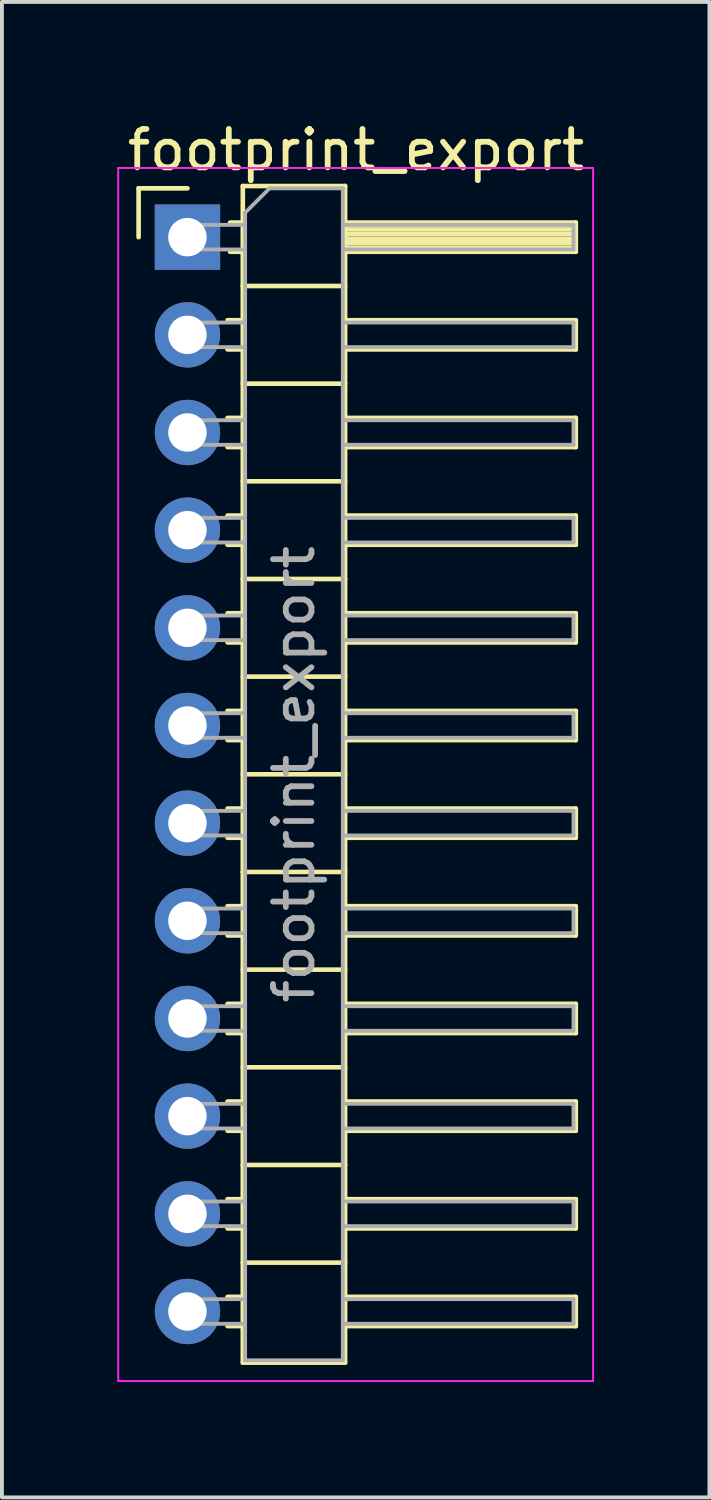
<source format=kicad_pcb>
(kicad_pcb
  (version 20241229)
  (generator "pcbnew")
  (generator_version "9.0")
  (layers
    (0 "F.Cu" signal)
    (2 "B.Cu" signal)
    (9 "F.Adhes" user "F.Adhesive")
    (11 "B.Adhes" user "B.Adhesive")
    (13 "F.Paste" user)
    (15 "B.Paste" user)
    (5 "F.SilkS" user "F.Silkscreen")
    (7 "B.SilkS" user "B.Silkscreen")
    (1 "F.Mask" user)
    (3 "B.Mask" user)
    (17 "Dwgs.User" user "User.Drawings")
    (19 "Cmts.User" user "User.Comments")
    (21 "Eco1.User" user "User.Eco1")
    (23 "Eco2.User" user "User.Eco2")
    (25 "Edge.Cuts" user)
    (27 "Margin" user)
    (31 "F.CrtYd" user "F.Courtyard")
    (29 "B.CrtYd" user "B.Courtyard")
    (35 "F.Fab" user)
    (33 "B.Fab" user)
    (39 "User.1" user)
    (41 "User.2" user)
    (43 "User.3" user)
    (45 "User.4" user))
  (footprint "footprint_export"
    (layer "F.Cu")
    (at 1.825 3.118)
    (property "Reference" "footprint_export" (at 4.385 -2.27 0) (layer "F.SilkS") (effects (font (size 1 1) (thickness 0.15))))
    (attr through_hole)
    (fp_line (start -1.27 -1.27) (end 0 -1.27) (stroke (width 0.12) (type solid)) (layer "F.SilkS"))
    (fp_line (start -1.27 0) (end -1.27 -1.27) (stroke (width 0.12) (type solid)) (layer "F.SilkS"))
    (fp_line (start 1.043 2.16) (end 1.44 2.16) (stroke (width 0.12) (type solid)) (layer "F.SilkS"))
    (fp_line (start 1.043 2.92) (end 1.44 2.92) (stroke (width 0.12) (type solid)) (layer "F.SilkS"))
    (fp_line (start 1.043 4.7) (end 1.44 4.7) (stroke (width 0.12) (type solid)) (layer "F.SilkS"))
    (fp_line (start 1.043 5.46) (end 1.44 5.46) (stroke (width 0.12) (type solid)) (layer "F.SilkS"))
    (fp_line (start 1.043 7.24) (end 1.44 7.24) (stroke (width 0.12) (type solid)) (layer "F.SilkS"))
    (fp_line (start 1.043 8) (end 1.44 8) (stroke (width 0.12) (type solid)) (layer "F.SilkS"))
    (fp_line (start 1.043 9.78) (end 1.44 9.78) (stroke (width 0.12) (type solid)) (layer "F.SilkS"))
    (fp_line (start 1.043 10.54) (end 1.44 10.54) (stroke (width 0.12) (type solid)) (layer "F.SilkS"))
    (fp_line (start 1.043 12.32) (end 1.44 12.32) (stroke (width 0.12) (type solid)) (layer "F.SilkS"))
    (fp_line (start 1.043 13.08) (end 1.44 13.08) (stroke (width 0.12) (type solid)) (layer "F.SilkS"))
    (fp_line (start 1.043 14.86) (end 1.44 14.86) (stroke (width 0.12) (type solid)) (layer "F.SilkS"))
    (fp_line (start 1.043 15.62) (end 1.44 15.62) (stroke (width 0.12) (type solid)) (layer "F.SilkS"))
    (fp_line (start 1.043 17.4) (end 1.44 17.4) (stroke (width 0.12) (type solid)) (layer "F.SilkS"))
    (fp_line (start 1.043 18.16) (end 1.44 18.16) (stroke (width 0.12) (type solid)) (layer "F.SilkS"))
    (fp_line (start 1.043 19.94) (end 1.44 19.94) (stroke (width 0.12) (type solid)) (layer "F.SilkS"))
    (fp_line (start 1.043 20.7) (end 1.44 20.7) (stroke (width 0.12) (type solid)) (layer "F.SilkS"))
    (fp_line (start 1.043 22.48) (end 1.44 22.48) (stroke (width 0.12) (type solid)) (layer "F.SilkS"))
    (fp_line (start 1.043 23.24) (end 1.44 23.24) (stroke (width 0.12) (type solid)) (layer "F.SilkS"))
    (fp_line (start 1.043 25.02) (end 1.44 25.02) (stroke (width 0.12) (type solid)) (layer "F.SilkS"))
    (fp_line (start 1.043 25.78) (end 1.44 25.78) (stroke (width 0.12) (type solid)) (layer "F.SilkS"))
    (fp_line (start 1.043 27.56) (end 1.44 27.56) (stroke (width 0.12) (type solid)) (layer "F.SilkS"))
    (fp_line (start 1.043 28.32) (end 1.44 28.32) (stroke (width 0.12) (type solid)) (layer "F.SilkS"))
    (fp_line (start 1.11 -0.38) (end 1.44 -0.38) (stroke (width 0.12) (type solid)) (layer "F.SilkS"))
    (fp_line (start 1.11 0.38) (end 1.44 0.38) (stroke (width 0.12) (type solid)) (layer "F.SilkS"))
    (fp_line (start 1.44 -1.33) (end 1.44 29.27) (stroke (width 0.12) (type solid)) (layer "F.SilkS"))
    (fp_line (start 1.44 1.27) (end 4.1 1.27) (stroke (width 0.12) (type solid)) (layer "F.SilkS"))
    (fp_line (start 1.44 3.81) (end 4.1 3.81) (stroke (width 0.12) (type solid)) (layer "F.SilkS"))
    (fp_line (start 1.44 6.35) (end 4.1 6.35) (stroke (width 0.12) (type solid)) (layer "F.SilkS"))
    (fp_line (start 1.44 8.89) (end 4.1 8.89) (stroke (width 0.12) (type solid)) (layer "F.SilkS"))
    (fp_line (start 1.44 11.43) (end 4.1 11.43) (stroke (width 0.12) (type solid)) (layer "F.SilkS"))
    (fp_line (start 1.44 13.97) (end 4.1 13.97) (stroke (width 0.12) (type solid)) (layer "F.SilkS"))
    (fp_line (start 1.44 16.51) (end 4.1 16.51) (stroke (width 0.12) (type solid)) (layer "F.SilkS"))
    (fp_line (start 1.44 19.05) (end 4.1 19.05) (stroke (width 0.12) (type solid)) (layer "F.SilkS"))
    (fp_line (start 1.44 21.59) (end 4.1 21.59) (stroke (width 0.12) (type solid)) (layer "F.SilkS"))
    (fp_line (start 1.44 24.13) (end 4.1 24.13) (stroke (width 0.12) (type solid)) (layer "F.SilkS"))
    (fp_line (start 1.44 26.67) (end 4.1 26.67) (stroke (width 0.12) (type solid)) (layer "F.SilkS"))
    (fp_line (start 1.44 29.27) (end 4.1 29.27) (stroke (width 0.12) (type solid)) (layer "F.SilkS"))
    (fp_line (start 4.1 -1.33) (end 1.44 -1.33) (stroke (width 0.12) (type solid)) (layer "F.SilkS"))
    (fp_line (start 4.1 -0.38) (end 10.1 -0.38) (stroke (width 0.12) (type solid)) (layer "F.SilkS"))
    (fp_line (start 4.1 -0.32) (end 10.1 -0.32) (stroke (width 0.12) (type solid)) (layer "F.SilkS"))
    (fp_line (start 4.1 -0.2) (end 10.1 -0.2) (stroke (width 0.12) (type solid)) (layer "F.SilkS"))
    (fp_line (start 4.1 -0.08) (end 10.1 -0.08) (stroke (width 0.12) (type solid)) (layer "F.SilkS"))
    (fp_line (start 4.1 0.04) (end 10.1 0.04) (stroke (width 0.12) (type solid)) (layer "F.SilkS"))
    (fp_line (start 4.1 0.16) (end 10.1 0.16) (stroke (width 0.12) (type solid)) (layer "F.SilkS"))
    (fp_line (start 4.1 0.28) (end 10.1 0.28) (stroke (width 0.12) (type solid)) (layer "F.SilkS"))
    (fp_line (start 4.1 2.16) (end 10.1 2.16) (stroke (width 0.12) (type solid)) (layer "F.SilkS"))
    (fp_line (start 4.1 4.7) (end 10.1 4.7) (stroke (width 0.12) (type solid)) (layer "F.SilkS"))
    (fp_line (start 4.1 7.24) (end 10.1 7.24) (stroke (width 0.12) (type solid)) (layer "F.SilkS"))
    (fp_line (start 4.1 9.78) (end 10.1 9.78) (stroke (width 0.12) (type solid)) (layer "F.SilkS"))
    (fp_line (start 4.1 12.32) (end 10.1 12.32) (stroke (width 0.12) (type solid)) (layer "F.SilkS"))
    (fp_line (start 4.1 14.86) (end 10.1 14.86) (stroke (width 0.12) (type solid)) (layer "F.SilkS"))
    (fp_line (start 4.1 17.4) (end 10.1 17.4) (stroke (width 0.12) (type solid)) (layer "F.SilkS"))
    (fp_line (start 4.1 19.94) (end 10.1 19.94) (stroke (width 0.12) (type solid)) (layer "F.SilkS"))
    (fp_line (start 4.1 22.48) (end 10.1 22.48) (stroke (width 0.12) (type solid)) (layer "F.SilkS"))
    (fp_line (start 4.1 25.02) (end 10.1 25.02) (stroke (width 0.12) (type solid)) (layer "F.SilkS"))
    (fp_line (start 4.1 27.56) (end 10.1 27.56) (stroke (width 0.12) (type solid)) (layer "F.SilkS"))
    (fp_line (start 4.1 29.27) (end 4.1 -1.33) (stroke (width 0.12) (type solid)) (layer "F.SilkS"))
    (fp_line (start 10.1 -0.38) (end 10.1 0.38) (stroke (width 0.12) (type solid)) (layer "F.SilkS"))
    (fp_line (start 10.1 0.38) (end 4.1 0.38) (stroke (width 0.12) (type solid)) (layer "F.SilkS"))
    (fp_line (start 10.1 2.16) (end 10.1 2.92) (stroke (width 0.12) (type solid)) (layer "F.SilkS"))
    (fp_line (start 10.1 2.92) (end 4.1 2.92) (stroke (width 0.12) (type solid)) (layer "F.SilkS"))
    (fp_line (start 10.1 4.7) (end 10.1 5.46) (stroke (width 0.12) (type solid)) (layer "F.SilkS"))
    (fp_line (start 10.1 5.46) (end 4.1 5.46) (stroke (width 0.12) (type solid)) (layer "F.SilkS"))
    (fp_line (start 10.1 7.24) (end 10.1 8) (stroke (width 0.12) (type solid)) (layer "F.SilkS"))
    (fp_line (start 10.1 8) (end 4.1 8) (stroke (width 0.12) (type solid)) (layer "F.SilkS"))
    (fp_line (start 10.1 9.78) (end 10.1 10.54) (stroke (width 0.12) (type solid)) (layer "F.SilkS"))
    (fp_line (start 10.1 10.54) (end 4.1 10.54) (stroke (width 0.12) (type solid)) (layer "F.SilkS"))
    (fp_line (start 10.1 12.32) (end 10.1 13.08) (stroke (width 0.12) (type solid)) (layer "F.SilkS"))
    (fp_line (start 10.1 13.08) (end 4.1 13.08) (stroke (width 0.12) (type solid)) (layer "F.SilkS"))
    (fp_line (start 10.1 14.86) (end 10.1 15.62) (stroke (width 0.12) (type solid)) (layer "F.SilkS"))
    (fp_line (start 10.1 15.62) (end 4.1 15.62) (stroke (width 0.12) (type solid)) (layer "F.SilkS"))
    (fp_line (start 10.1 17.4) (end 10.1 18.16) (stroke (width 0.12) (type solid)) (layer "F.SilkS"))
    (fp_line (start 10.1 18.16) (end 4.1 18.16) (stroke (width 0.12) (type solid)) (layer "F.SilkS"))
    (fp_line (start 10.1 19.94) (end 10.1 20.7) (stroke (width 0.12) (type solid)) (layer "F.SilkS"))
    (fp_line (start 10.1 20.7) (end 4.1 20.7) (stroke (width 0.12) (type solid)) (layer "F.SilkS"))
    (fp_line (start 10.1 22.48) (end 10.1 23.24) (stroke (width 0.12) (type solid)) (layer "F.SilkS"))
    (fp_line (start 10.1 23.24) (end 4.1 23.24) (stroke (width 0.12) (type solid)) (layer "F.SilkS"))
    (fp_line (start 10.1 25.02) (end 10.1 25.78) (stroke (width 0.12) (type solid)) (layer "F.SilkS"))
    (fp_line (start 10.1 25.78) (end 4.1 25.78) (stroke (width 0.12) (type solid)) (layer "F.SilkS"))
    (fp_line (start 10.1 27.56) (end 10.1 28.32) (stroke (width 0.12) (type solid)) (layer "F.SilkS"))
    (fp_line (start 10.1 28.32) (end 4.1 28.32) (stroke (width 0.12) (type solid)) (layer "F.SilkS"))
    (fp_line (start -1.8 -1.8) (end -1.8 29.75) (stroke (width 0.05) (type solid)) (layer "F.CrtYd"))
    (fp_line (start -1.8 29.75) (end 10.55 29.75) (stroke (width 0.05) (type solid)) (layer "F.CrtYd"))
    (fp_line (start 10.55 -1.8) (end -1.8 -1.8) (stroke (width 0.05) (type solid)) (layer "F.CrtYd"))
    (fp_line (start 10.55 29.75) (end 10.55 -1.8) (stroke (width 0.05) (type solid)) (layer "F.CrtYd"))
    (fp_line (start -0.32 -0.32) (end -0.32 0.32) (stroke (width 0.1) (type solid)) (layer "F.Fab"))
    (fp_line (start -0.32 -0.32) (end 1.5 -0.32) (stroke (width 0.1) (type solid)) (layer "F.Fab"))
    (fp_line (start -0.32 0.32) (end 1.5 0.32) (stroke (width 0.1) (type solid)) (layer "F.Fab"))
    (fp_line (start -0.32 2.22) (end -0.32 2.86) (stroke (width 0.1) (type solid)) (layer "F.Fab"))
    (fp_line (start -0.32 2.22) (end 1.5 2.22) (stroke (width 0.1) (type solid)) (layer "F.Fab"))
    (fp_line (start -0.32 2.86) (end 1.5 2.86) (stroke (width 0.1) (type solid)) (layer "F.Fab"))
    (fp_line (start -0.32 4.76) (end -0.32 5.4) (stroke (width 0.1) (type solid)) (layer "F.Fab"))
    (fp_line (start -0.32 4.76) (end 1.5 4.76) (stroke (width 0.1) (type solid)) (layer "F.Fab"))
    (fp_line (start -0.32 5.4) (end 1.5 5.4) (stroke (width 0.1) (type solid)) (layer "F.Fab"))
    (fp_line (start -0.32 7.3) (end -0.32 7.94) (stroke (width 0.1) (type solid)) (layer "F.Fab"))
    (fp_line (start -0.32 7.3) (end 1.5 7.3) (stroke (width 0.1) (type solid)) (layer "F.Fab"))
    (fp_line (start -0.32 7.94) (end 1.5 7.94) (stroke (width 0.1) (type solid)) (layer "F.Fab"))
    (fp_line (start -0.32 9.84) (end -0.32 10.48) (stroke (width 0.1) (type solid)) (layer "F.Fab"))
    (fp_line (start -0.32 9.84) (end 1.5 9.84) (stroke (width 0.1) (type solid)) (layer "F.Fab"))
    (fp_line (start -0.32 10.48) (end 1.5 10.48) (stroke (width 0.1) (type solid)) (layer "F.Fab"))
    (fp_line (start -0.32 12.38) (end -0.32 13.02) (stroke (width 0.1) (type solid)) (layer "F.Fab"))
    (fp_line (start -0.32 12.38) (end 1.5 12.38) (stroke (width 0.1) (type solid)) (layer "F.Fab"))
    (fp_line (start -0.32 13.02) (end 1.5 13.02) (stroke (width 0.1) (type solid)) (layer "F.Fab"))
    (fp_line (start -0.32 14.92) (end -0.32 15.56) (stroke (width 0.1) (type solid)) (layer "F.Fab"))
    (fp_line (start -0.32 14.92) (end 1.5 14.92) (stroke (width 0.1) (type solid)) (layer "F.Fab"))
    (fp_line (start -0.32 15.56) (end 1.5 15.56) (stroke (width 0.1) (type solid)) (layer "F.Fab"))
    (fp_line (start -0.32 17.46) (end -0.32 18.1) (stroke (width 0.1) (type solid)) (layer "F.Fab"))
    (fp_line (start -0.32 17.46) (end 1.5 17.46) (stroke (width 0.1) (type solid)) (layer "F.Fab"))
    (fp_line (start -0.32 18.1) (end 1.5 18.1) (stroke (width 0.1) (type solid)) (layer "F.Fab"))
    (fp_line (start -0.32 20) (end -0.32 20.64) (stroke (width 0.1) (type solid)) (layer "F.Fab"))
    (fp_line (start -0.32 20) (end 1.5 20) (stroke (width 0.1) (type solid)) (layer "F.Fab"))
    (fp_line (start -0.32 20.64) (end 1.5 20.64) (stroke (width 0.1) (type solid)) (layer "F.Fab"))
    (fp_line (start -0.32 22.54) (end -0.32 23.18) (stroke (width 0.1) (type solid)) (layer "F.Fab"))
    (fp_line (start -0.32 22.54) (end 1.5 22.54) (stroke (width 0.1) (type solid)) (layer "F.Fab"))
    (fp_line (start -0.32 23.18) (end 1.5 23.18) (stroke (width 0.1) (type solid)) (layer "F.Fab"))
    (fp_line (start -0.32 25.08) (end -0.32 25.72) (stroke (width 0.1) (type solid)) (layer "F.Fab"))
    (fp_line (start -0.32 25.08) (end 1.5 25.08) (stroke (width 0.1) (type solid)) (layer "F.Fab"))
    (fp_line (start -0.32 25.72) (end 1.5 25.72) (stroke (width 0.1) (type solid)) (layer "F.Fab"))
    (fp_line (start -0.32 27.62) (end -0.32 28.26) (stroke (width 0.1) (type solid)) (layer "F.Fab"))
    (fp_line (start -0.32 27.62) (end 1.5 27.62) (stroke (width 0.1) (type solid)) (layer "F.Fab"))
    (fp_line (start -0.32 28.26) (end 1.5 28.26) (stroke (width 0.1) (type solid)) (layer "F.Fab"))
    (fp_line (start 1.5 -0.635) (end 2.135 -1.27) (stroke (width 0.1) (type solid)) (layer "F.Fab"))
    (fp_line (start 1.5 29.21) (end 1.5 -0.635) (stroke (width 0.1) (type solid)) (layer "F.Fab"))
    (fp_line (start 2.135 -1.27) (end 4.04 -1.27) (stroke (width 0.1) (type solid)) (layer "F.Fab"))
    (fp_line (start 4.04 -1.27) (end 4.04 29.21) (stroke (width 0.1) (type solid)) (layer "F.Fab"))
    (fp_line (start 4.04 -0.32) (end 10.04 -0.32) (stroke (width 0.1) (type solid)) (layer "F.Fab"))
    (fp_line (start 4.04 0.32) (end 10.04 0.32) (stroke (width 0.1) (type solid)) (layer "F.Fab"))
    (fp_line (start 4.04 2.22) (end 10.04 2.22) (stroke (width 0.1) (type solid)) (layer "F.Fab"))
    (fp_line (start 4.04 2.86) (end 10.04 2.86) (stroke (width 0.1) (type solid)) (layer "F.Fab"))
    (fp_line (start 4.04 4.76) (end 10.04 4.76) (stroke (width 0.1) (type solid)) (layer "F.Fab"))
    (fp_line (start 4.04 5.4) (end 10.04 5.4) (stroke (width 0.1) (type solid)) (layer "F.Fab"))
    (fp_line (start 4.04 7.3) (end 10.04 7.3) (stroke (width 0.1) (type solid)) (layer "F.Fab"))
    (fp_line (start 4.04 7.94) (end 10.04 7.94) (stroke (width 0.1) (type solid)) (layer "F.Fab"))
    (fp_line (start 4.04 9.84) (end 10.04 9.84) (stroke (width 0.1) (type solid)) (layer "F.Fab"))
    (fp_line (start 4.04 10.48) (end 10.04 10.48) (stroke (width 0.1) (type solid)) (layer "F.Fab"))
    (fp_line (start 4.04 12.38) (end 10.04 12.38) (stroke (width 0.1) (type solid)) (layer "F.Fab"))
    (fp_line (start 4.04 13.02) (end 10.04 13.02) (stroke (width 0.1) (type solid)) (layer "F.Fab"))
    (fp_line (start 4.04 14.92) (end 10.04 14.92) (stroke (width 0.1) (type solid)) (layer "F.Fab"))
    (fp_line (start 4.04 15.56) (end 10.04 15.56) (stroke (width 0.1) (type solid)) (layer "F.Fab"))
    (fp_line (start 4.04 17.46) (end 10.04 17.46) (stroke (width 0.1) (type solid)) (layer "F.Fab"))
    (fp_line (start 4.04 18.1) (end 10.04 18.1) (stroke (width 0.1) (type solid)) (layer "F.Fab"))
    (fp_line (start 4.04 20) (end 10.04 20) (stroke (width 0.1) (type solid)) (layer "F.Fab"))
    (fp_line (start 4.04 20.64) (end 10.04 20.64) (stroke (width 0.1) (type solid)) (layer "F.Fab"))
    (fp_line (start 4.04 22.54) (end 10.04 22.54) (stroke (width 0.1) (type solid)) (layer "F.Fab"))
    (fp_line (start 4.04 23.18) (end 10.04 23.18) (stroke (width 0.1) (type solid)) (layer "F.Fab"))
    (fp_line (start 4.04 25.08) (end 10.04 25.08) (stroke (width 0.1) (type solid)) (layer "F.Fab"))
    (fp_line (start 4.04 25.72) (end 10.04 25.72) (stroke (width 0.1) (type solid)) (layer "F.Fab"))
    (fp_line (start 4.04 27.62) (end 10.04 27.62) (stroke (width 0.1) (type solid)) (layer "F.Fab"))
    (fp_line (start 4.04 28.26) (end 10.04 28.26) (stroke (width 0.1) (type solid)) (layer "F.Fab"))
    (fp_line (start 4.04 29.21) (end 1.5 29.21) (stroke (width 0.1) (type solid)) (layer "F.Fab"))
    (fp_line (start 10.04 -0.32) (end 10.04 0.32) (stroke (width 0.1) (type solid)) (layer "F.Fab"))
    (fp_line (start 10.04 2.22) (end 10.04 2.86) (stroke (width 0.1) (type solid)) (layer "F.Fab"))
    (fp_line (start 10.04 4.76) (end 10.04 5.4) (stroke (width 0.1) (type solid)) (layer "F.Fab"))
    (fp_line (start 10.04 7.3) (end 10.04 7.94) (stroke (width 0.1) (type solid)) (layer "F.Fab"))
    (fp_line (start 10.04 9.84) (end 10.04 10.48) (stroke (width 0.1) (type solid)) (layer "F.Fab"))
    (fp_line (start 10.04 12.38) (end 10.04 13.02) (stroke (width 0.1) (type solid)) (layer "F.Fab"))
    (fp_line (start 10.04 14.92) (end 10.04 15.56) (stroke (width 0.1) (type solid)) (layer "F.Fab"))
    (fp_line (start 10.04 17.46) (end 10.04 18.1) (stroke (width 0.1) (type solid)) (layer "F.Fab"))
    (fp_line (start 10.04 20) (end 10.04 20.64) (stroke (width 0.1) (type solid)) (layer "F.Fab"))
    (fp_line (start 10.04 22.54) (end 10.04 23.18) (stroke (width 0.1) (type solid)) (layer "F.Fab"))
    (fp_line (start 10.04 25.08) (end 10.04 25.72) (stroke (width 0.1) (type solid)) (layer "F.Fab"))
    (fp_line (start 10.04 27.62) (end 10.04 28.26) (stroke (width 0.1) (type solid)) (layer "F.Fab"))
    (fp_text user "${REFERENCE}" (at 2.77 13.97 90) (layer "F.Fab") (effects (font (size 1 1) (thickness 0.15))))
    (pad "1" thru_hole rect (at 0 0) (size 1.7 1.7) (drill 1) (layers "*.Cu" "*.Mask"))
    (pad "2" thru_hole oval (at 0 2.54) (size 1.7 1.7) (drill 1) (layers "*.Cu" "*.Mask"))
    (pad "3" thru_hole oval (at 0 5.08) (size 1.7 1.7) (drill 1) (layers "*.Cu" "*.Mask"))
    (pad "4" thru_hole oval (at 0 7.62) (size 1.7 1.7) (drill 1) (layers "*.Cu" "*.Mask"))
    (pad "5" thru_hole oval (at 0 10.16) (size 1.7 1.7) (drill 1) (layers "*.Cu" "*.Mask"))
    (pad "6" thru_hole oval (at 0 12.7) (size 1.7 1.7) (drill 1) (layers "*.Cu" "*.Mask"))
    (pad "7" thru_hole oval (at 0 15.24) (size 1.7 1.7) (drill 1) (layers "*.Cu" "*.Mask"))
    (pad "8" thru_hole oval (at 0 17.78) (size 1.7 1.7) (drill 1) (layers "*.Cu" "*.Mask"))
    (pad "9" thru_hole oval (at 0 20.32) (size 1.7 1.7) (drill 1) (layers "*.Cu" "*.Mask"))
    (pad "10" thru_hole oval (at 0 22.86) (size 1.7 1.7) (drill 1) (layers "*.Cu" "*.Mask"))
    (pad "11" thru_hole oval (at 0 25.4) (size 1.7 1.7) (drill 1) (layers "*.Cu" "*.Mask"))
    (pad "12" thru_hole oval (at 0 27.94) (size 1.7 1.7) (drill 1) (layers "*.Cu" "*.Mask")))
  (gr_rect
    (start -3 -3)
    (end 15.4 35.893)
    (stroke (width 0.1) (type default))
    (fill no)
    (layer "Edge.Cuts")))
</source>
